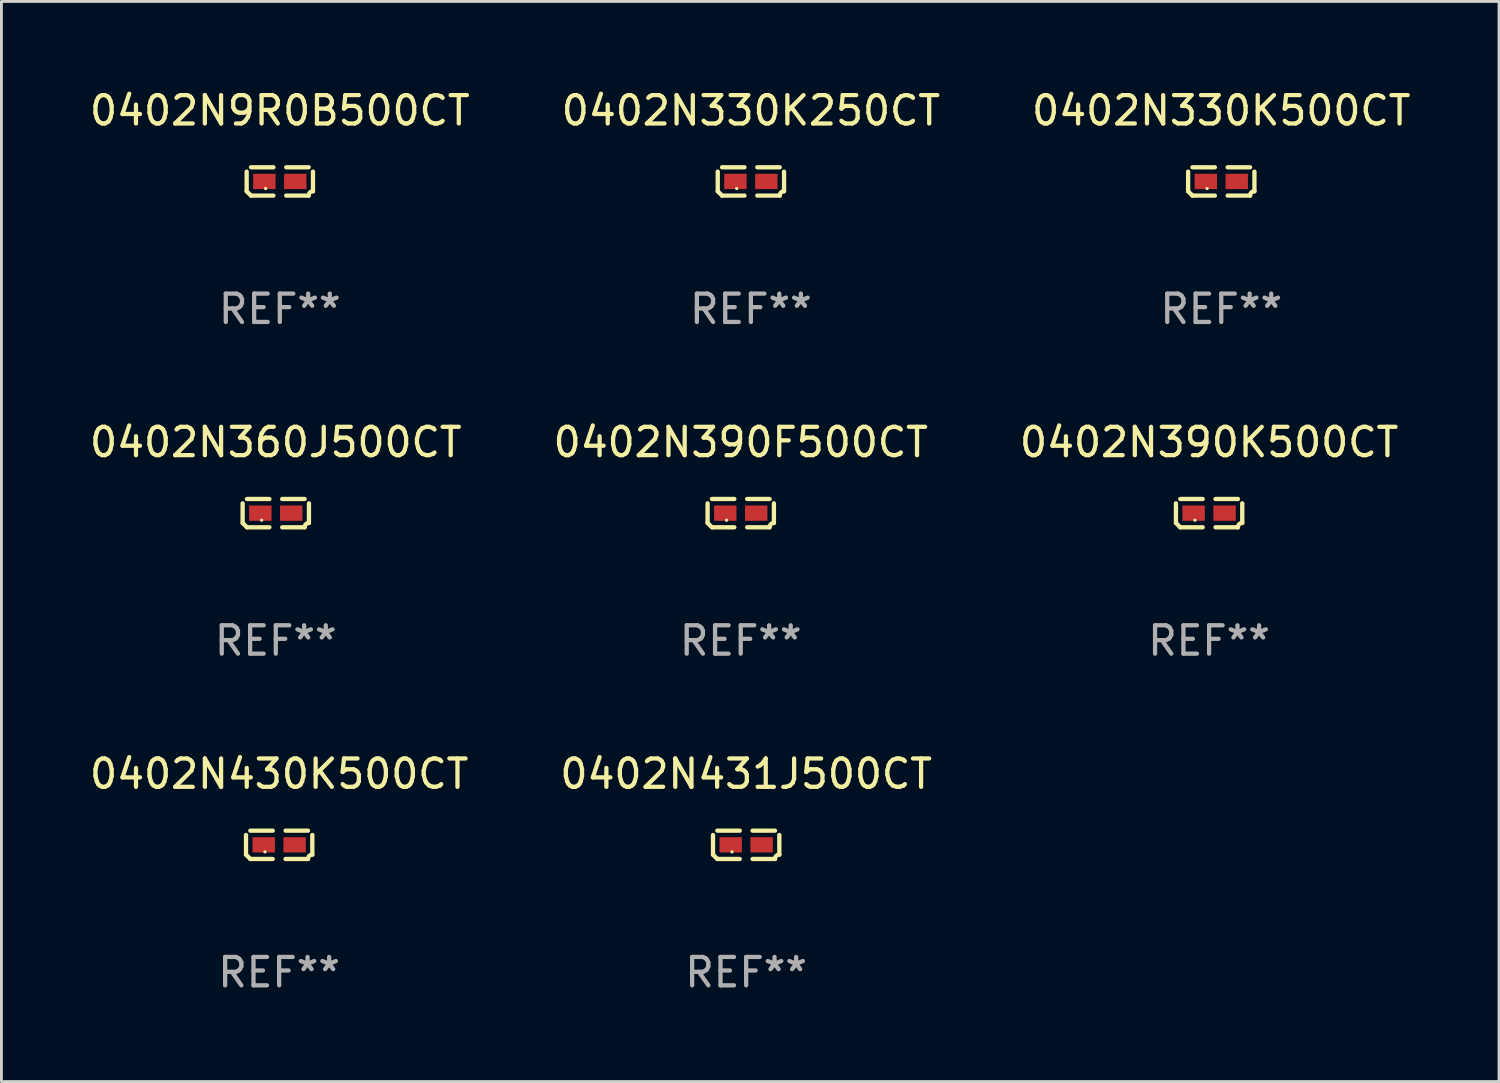
<source format=kicad_pcb>
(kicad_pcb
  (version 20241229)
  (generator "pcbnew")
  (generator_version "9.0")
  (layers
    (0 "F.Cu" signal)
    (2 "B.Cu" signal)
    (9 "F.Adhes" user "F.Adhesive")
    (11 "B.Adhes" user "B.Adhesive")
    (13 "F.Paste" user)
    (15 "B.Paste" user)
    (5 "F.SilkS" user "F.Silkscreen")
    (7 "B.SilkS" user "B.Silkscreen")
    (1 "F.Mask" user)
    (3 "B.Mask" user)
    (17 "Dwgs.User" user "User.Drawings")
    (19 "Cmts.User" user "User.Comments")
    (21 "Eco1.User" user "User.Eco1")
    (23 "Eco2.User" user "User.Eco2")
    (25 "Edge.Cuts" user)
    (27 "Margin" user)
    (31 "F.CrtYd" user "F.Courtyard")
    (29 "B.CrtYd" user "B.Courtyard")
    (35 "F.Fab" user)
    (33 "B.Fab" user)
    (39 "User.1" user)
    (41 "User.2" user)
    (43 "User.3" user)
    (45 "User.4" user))
  (footprint "0402N330K500CT"
    (layer "F.Cu")
    (at 40.006 3.347)
    (property "Reference" "0402N330K500CT" (at 0 -2.499 0) (layer "F.SilkS") (effects (font (size 1 1) (thickness 0.15))))
    (attr through_hole)
    (fp_line (start -1.169 0.346) (end -1.169 -0.346) (stroke (width 0.152) (type solid)) (layer "F.SilkS"))
    (fp_line (start -1.016 -0.499) (end -0.226 -0.499) (stroke (width 0.152) (type solid)) (layer "F.SilkS"))
    (fp_line (start -0.226 0.499) (end -1.016 0.499) (stroke (width 0.152) (type solid)) (layer "F.SilkS"))
    (fp_line (start 0.226 0.499) (end 1.016 0.499) (stroke (width 0.152) (type solid)) (layer "F.SilkS"))
    (fp_line (start 1.016 -0.499) (end 0.226 -0.499) (stroke (width 0.152) (type solid)) (layer "F.SilkS"))
    (fp_line (start 1.169 0.346) (end 1.169 -0.346) (stroke (width 0.152) (type solid)) (layer "F.SilkS"))
    (fp_arc (start -1.016307 0.498603) (mid -1.092512 0.422405) (end -1.16871 0.3462) (stroke (width 0.1524) (type solid)) (layer "F.SilkS"))
    (fp_arc (start 1.016307 0.498603) (mid 1.060899 0.390758) (end 1.168707 0.346076) (stroke (width 0.1524) (type solid)) (layer "F.SilkS"))
    (fp_circle (center -0.5 0.25) (end -0.47 0.25) (stroke (width 0.06) (type solid)) (fill no) (layer "F.SilkS"))
    (fp_text user "REF**" (at 0 4.499 0) (layer "F.Fab") (effects (font (size 1 1) (thickness 0.15))))
    (pad "1" smd rect (at -0.545 0) (size 0.79 0.54) (layers "F.Cu" "F.Mask" "F.Paste"))
    (pad "2" smd rect (at 0.545 0) (size 0.79 0.54) (layers "F.Cu" "F.Mask" "F.Paste")))
  (footprint "0402N9R0B500CT"
    (layer "F.Cu")
    (at 6.815 3.347)
    (property "Reference" "0402N9R0B500CT" (at 0 -2.499 0) (layer "F.SilkS") (effects (font (size 1 1) (thickness 0.15))))
    (attr through_hole)
    (fp_line (start -1.169 0.346) (end -1.169 -0.346) (stroke (width 0.152) (type solid)) (layer "F.SilkS"))
    (fp_line (start -1.016 -0.499) (end -0.226 -0.499) (stroke (width 0.152) (type solid)) (layer "F.SilkS"))
    (fp_line (start -0.226 0.499) (end -1.016 0.499) (stroke (width 0.152) (type solid)) (layer "F.SilkS"))
    (fp_line (start 0.226 0.499) (end 1.016 0.499) (stroke (width 0.152) (type solid)) (layer "F.SilkS"))
    (fp_line (start 1.016 -0.499) (end 0.226 -0.499) (stroke (width 0.152) (type solid)) (layer "F.SilkS"))
    (fp_line (start 1.169 0.346) (end 1.169 -0.346) (stroke (width 0.152) (type solid)) (layer "F.SilkS"))
    (fp_arc (start -1.016307 0.498603) (mid -1.092512 0.422405) (end -1.16871 0.3462) (stroke (width 0.1524) (type solid)) (layer "F.SilkS"))
    (fp_arc (start 1.016307 0.498603) (mid 1.060899 0.390758) (end 1.168707 0.346076) (stroke (width 0.1524) (type solid)) (layer "F.SilkS"))
    (fp_circle (center -0.5 0.25) (end -0.47 0.25) (stroke (width 0.06) (type solid)) (fill no) (layer "F.SilkS"))
    (fp_text user "REF**" (at 0 4.499 0) (layer "F.Fab") (effects (font (size 1 1) (thickness 0.15))))
    (pad "1" smd rect (at -0.545 0) (size 0.79 0.54) (layers "F.Cu" "F.Mask" "F.Paste"))
    (pad "2" smd rect (at 0.545 0) (size 0.79 0.54) (layers "F.Cu" "F.Mask" "F.Paste")))
  (footprint "0402N360J500CT"
    (layer "F.Cu")
    (at 6.673 15.041)
    (property "Reference" "0402N360J500CT" (at 0 -2.499 0) (layer "F.SilkS") (effects (font (size 1 1) (thickness 0.15))))
    (attr through_hole)
    (fp_line (start -1.169 0.346) (end -1.169 -0.346) (stroke (width 0.152) (type solid)) (layer "F.SilkS"))
    (fp_line (start -1.016 -0.499) (end -0.226 -0.499) (stroke (width 0.152) (type solid)) (layer "F.SilkS"))
    (fp_line (start -0.226 0.499) (end -1.016 0.499) (stroke (width 0.152) (type solid)) (layer "F.SilkS"))
    (fp_line (start 0.226 0.499) (end 1.016 0.499) (stroke (width 0.152) (type solid)) (layer "F.SilkS"))
    (fp_line (start 1.016 -0.499) (end 0.226 -0.499) (stroke (width 0.152) (type solid)) (layer "F.SilkS"))
    (fp_line (start 1.169 0.346) (end 1.169 -0.346) (stroke (width 0.152) (type solid)) (layer "F.SilkS"))
    (fp_arc (start -1.016307 0.498603) (mid -1.092512 0.422405) (end -1.16871 0.3462) (stroke (width 0.1524) (type solid)) (layer "F.SilkS"))
    (fp_arc (start 1.016307 0.498603) (mid 1.060899 0.390758) (end 1.168707 0.346076) (stroke (width 0.1524) (type solid)) (layer "F.SilkS"))
    (fp_circle (center -0.5 0.25) (end -0.47 0.25) (stroke (width 0.06) (type solid)) (fill no) (layer "F.SilkS"))
    (fp_text user "REF**" (at 0 4.499 0) (layer "F.Fab") (effects (font (size 1 1) (thickness 0.15))))
    (pad "1" smd rect (at -0.545 0) (size 0.79 0.54) (layers "F.Cu" "F.Mask" "F.Paste"))
    (pad "2" smd rect (at 0.545 0) (size 0.79 0.54) (layers "F.Cu" "F.Mask" "F.Paste")))
  (footprint "0402N390K500CT"
    (layer "F.Cu")
    (at 39.577 15.041)
    (property "Reference" "0402N390K500CT" (at 0 -2.499 0) (layer "F.SilkS") (effects (font (size 1 1) (thickness 0.15))))
    (attr through_hole)
    (fp_line (start -1.169 0.346) (end -1.169 -0.346) (stroke (width 0.152) (type solid)) (layer "F.SilkS"))
    (fp_line (start -1.016 -0.499) (end -0.226 -0.499) (stroke (width 0.152) (type solid)) (layer "F.SilkS"))
    (fp_line (start -0.226 0.499) (end -1.016 0.499) (stroke (width 0.152) (type solid)) (layer "F.SilkS"))
    (fp_line (start 0.226 0.499) (end 1.016 0.499) (stroke (width 0.152) (type solid)) (layer "F.SilkS"))
    (fp_line (start 1.016 -0.499) (end 0.226 -0.499) (stroke (width 0.152) (type solid)) (layer "F.SilkS"))
    (fp_line (start 1.169 0.346) (end 1.169 -0.346) (stroke (width 0.152) (type solid)) (layer "F.SilkS"))
    (fp_arc (start -1.016307 0.498603) (mid -1.092512 0.422405) (end -1.16871 0.3462) (stroke (width 0.1524) (type solid)) (layer "F.SilkS"))
    (fp_arc (start 1.016307 0.498603) (mid 1.060899 0.390758) (end 1.168707 0.346076) (stroke (width 0.1524) (type solid)) (layer "F.SilkS"))
    (fp_circle (center -0.5 0.25) (end -0.47 0.25) (stroke (width 0.06) (type solid)) (fill no) (layer "F.SilkS"))
    (fp_text user "REF**" (at 0 4.499 0) (layer "F.Fab") (effects (font (size 1 1) (thickness 0.15))))
    (pad "1" smd rect (at -0.545 0) (size 0.79 0.54) (layers "F.Cu" "F.Mask" "F.Paste"))
    (pad "2" smd rect (at 0.545 0) (size 0.79 0.54) (layers "F.Cu" "F.Mask" "F.Paste")))
  (footprint "0402N330K250CT"
    (layer "F.Cu")
    (at 23.423 3.347)
    (property "Reference" "0402N330K250CT" (at 0 -2.499 0) (layer "F.SilkS") (effects (font (size 1 1) (thickness 0.15))))
    (attr through_hole)
    (fp_line (start -1.169 0.346) (end -1.169 -0.346) (stroke (width 0.152) (type solid)) (layer "F.SilkS"))
    (fp_line (start -1.016 -0.499) (end -0.226 -0.499) (stroke (width 0.152) (type solid)) (layer "F.SilkS"))
    (fp_line (start -0.226 0.499) (end -1.016 0.499) (stroke (width 0.152) (type solid)) (layer "F.SilkS"))
    (fp_line (start 0.226 0.499) (end 1.016 0.499) (stroke (width 0.152) (type solid)) (layer "F.SilkS"))
    (fp_line (start 1.016 -0.499) (end 0.226 -0.499) (stroke (width 0.152) (type solid)) (layer "F.SilkS"))
    (fp_line (start 1.169 0.346) (end 1.169 -0.346) (stroke (width 0.152) (type solid)) (layer "F.SilkS"))
    (fp_arc (start -1.016307 0.498603) (mid -1.092512 0.422405) (end -1.16871 0.3462) (stroke (width 0.1524) (type solid)) (layer "F.SilkS"))
    (fp_arc (start 1.016307 0.498603) (mid 1.060899 0.390758) (end 1.168707 0.346076) (stroke (width 0.1524) (type solid)) (layer "F.SilkS"))
    (fp_circle (center -0.5 0.25) (end -0.47 0.25) (stroke (width 0.06) (type solid)) (fill no) (layer "F.SilkS"))
    (fp_text user "REF**" (at 0 4.499 0) (layer "F.Fab") (effects (font (size 1 1) (thickness 0.15))))
    (pad "1" smd rect (at -0.545 0) (size 0.79 0.54) (layers "F.Cu" "F.Mask" "F.Paste"))
    (pad "2" smd rect (at 0.545 0) (size 0.79 0.54) (layers "F.Cu" "F.Mask" "F.Paste")))
  (footprint "0402N431J500CT"
    (layer "F.Cu")
    (at 23.256 26.734)
    (property "Reference" "0402N431J500CT" (at 0 -2.499 0) (layer "F.SilkS") (effects (font (size 1 1) (thickness 0.15))))
    (attr through_hole)
    (fp_line (start -1.169 0.346) (end -1.169 -0.346) (stroke (width 0.152) (type solid)) (layer "F.SilkS"))
    (fp_line (start -1.016 -0.499) (end -0.226 -0.499) (stroke (width 0.152) (type solid)) (layer "F.SilkS"))
    (fp_line (start -0.226 0.499) (end -1.016 0.499) (stroke (width 0.152) (type solid)) (layer "F.SilkS"))
    (fp_line (start 0.226 0.499) (end 1.016 0.499) (stroke (width 0.152) (type solid)) (layer "F.SilkS"))
    (fp_line (start 1.016 -0.499) (end 0.226 -0.499) (stroke (width 0.152) (type solid)) (layer "F.SilkS"))
    (fp_line (start 1.169 0.346) (end 1.169 -0.346) (stroke (width 0.152) (type solid)) (layer "F.SilkS"))
    (fp_arc (start -1.016307 0.498603) (mid -1.092512 0.422405) (end -1.16871 0.3462) (stroke (width 0.1524) (type solid)) (layer "F.SilkS"))
    (fp_arc (start 1.016307 0.498603) (mid 1.060899 0.390758) (end 1.168707 0.346076) (stroke (width 0.1524) (type solid)) (layer "F.SilkS"))
    (fp_circle (center -0.5 0.25) (end -0.47 0.25) (stroke (width 0.06) (type solid)) (fill no) (layer "F.SilkS"))
    (fp_text user "REF**" (at 0 4.499 0) (layer "F.Fab") (effects (font (size 1 1) (thickness 0.15))))
    (pad "1" smd rect (at -0.545 0) (size 0.79 0.54) (layers "F.Cu" "F.Mask" "F.Paste"))
    (pad "2" smd rect (at 0.545 0) (size 0.79 0.54) (layers "F.Cu" "F.Mask" "F.Paste")))
  (footprint "0402N430K500CT"
    (layer "F.Cu")
    (at 6.792 26.734)
    (property "Reference" "0402N430K500CT" (at 0 -2.499 0) (layer "F.SilkS") (effects (font (size 1 1) (thickness 0.15))))
    (attr through_hole)
    (fp_line (start -1.169 0.346) (end -1.169 -0.346) (stroke (width 0.152) (type solid)) (layer "F.SilkS"))
    (fp_line (start -1.016 -0.499) (end -0.226 -0.499) (stroke (width 0.152) (type solid)) (layer "F.SilkS"))
    (fp_line (start -0.226 0.499) (end -1.016 0.499) (stroke (width 0.152) (type solid)) (layer "F.SilkS"))
    (fp_line (start 0.226 0.499) (end 1.016 0.499) (stroke (width 0.152) (type solid)) (layer "F.SilkS"))
    (fp_line (start 1.016 -0.499) (end 0.226 -0.499) (stroke (width 0.152) (type solid)) (layer "F.SilkS"))
    (fp_line (start 1.169 0.346) (end 1.169 -0.346) (stroke (width 0.152) (type solid)) (layer "F.SilkS"))
    (fp_arc (start -1.016307 0.498603) (mid -1.092512 0.422405) (end -1.16871 0.3462) (stroke (width 0.1524) (type solid)) (layer "F.SilkS"))
    (fp_arc (start 1.016307 0.498603) (mid 1.060899 0.390758) (end 1.168707 0.346076) (stroke (width 0.1524) (type solid)) (layer "F.SilkS"))
    (fp_circle (center -0.5 0.25) (end -0.47 0.25) (stroke (width 0.06) (type solid)) (fill no) (layer "F.SilkS"))
    (fp_text user "REF**" (at 0 4.499 0) (layer "F.Fab") (effects (font (size 1 1) (thickness 0.15))))
    (pad "1" smd rect (at -0.545 0) (size 0.79 0.54) (layers "F.Cu" "F.Mask" "F.Paste"))
    (pad "2" smd rect (at 0.545 0) (size 0.79 0.54) (layers "F.Cu" "F.Mask" "F.Paste")))
  (footprint "0402N390F500CT"
    (layer "F.Cu")
    (at 23.065 15.041)
    (property "Reference" "0402N390F500CT" (at 0 -2.499 0) (layer "F.SilkS") (effects (font (size 1 1) (thickness 0.15))))
    (attr through_hole)
    (fp_line (start -1.169 0.346) (end -1.169 -0.346) (stroke (width 0.152) (type solid)) (layer "F.SilkS"))
    (fp_line (start -1.016 -0.499) (end -0.226 -0.499) (stroke (width 0.152) (type solid)) (layer "F.SilkS"))
    (fp_line (start -0.226 0.499) (end -1.016 0.499) (stroke (width 0.152) (type solid)) (layer "F.SilkS"))
    (fp_line (start 0.226 0.499) (end 1.016 0.499) (stroke (width 0.152) (type solid)) (layer "F.SilkS"))
    (fp_line (start 1.016 -0.499) (end 0.226 -0.499) (stroke (width 0.152) (type solid)) (layer "F.SilkS"))
    (fp_line (start 1.169 0.346) (end 1.169 -0.346) (stroke (width 0.152) (type solid)) (layer "F.SilkS"))
    (fp_arc (start -1.016307 0.498603) (mid -1.092512 0.422405) (end -1.16871 0.3462) (stroke (width 0.1524) (type solid)) (layer "F.SilkS"))
    (fp_arc (start 1.016307 0.498603) (mid 1.060899 0.390758) (end 1.168707 0.346076) (stroke (width 0.1524) (type solid)) (layer "F.SilkS"))
    (fp_circle (center -0.5 0.25) (end -0.47 0.25) (stroke (width 0.06) (type solid)) (fill no) (layer "F.SilkS"))
    (fp_text user "REF**" (at 0 4.499 0) (layer "F.Fab") (effects (font (size 1 1) (thickness 0.15))))
    (pad "1" smd rect (at -0.545 0) (size 0.79 0.54) (layers "F.Cu" "F.Mask" "F.Paste"))
    (pad "2" smd rect (at 0.545 0) (size 0.79 0.54) (layers "F.Cu" "F.Mask" "F.Paste")))
  (gr_rect
    (start -3 -3)
    (end 49.798 35.081)
    (stroke (width 0.1) (type default))
    (fill no)
    (layer "Edge.Cuts")))
</source>
